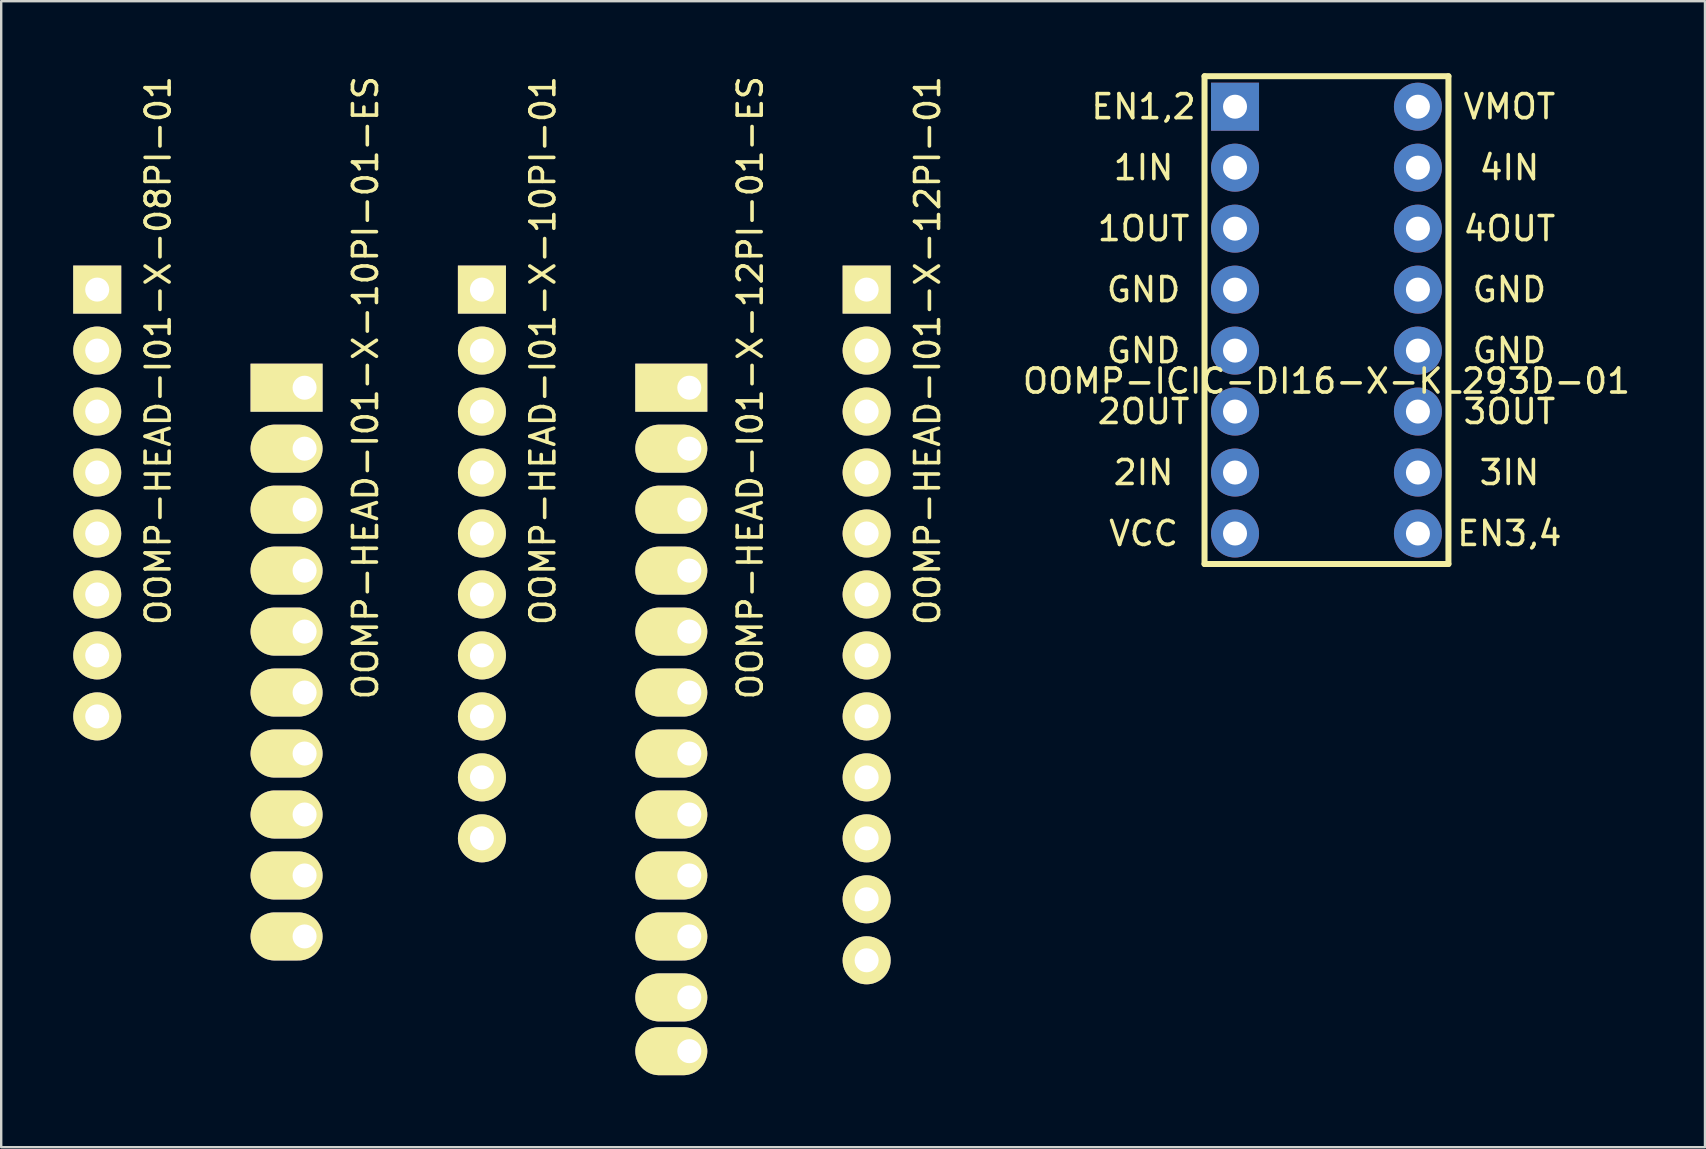
<source format=kicad_pcb>
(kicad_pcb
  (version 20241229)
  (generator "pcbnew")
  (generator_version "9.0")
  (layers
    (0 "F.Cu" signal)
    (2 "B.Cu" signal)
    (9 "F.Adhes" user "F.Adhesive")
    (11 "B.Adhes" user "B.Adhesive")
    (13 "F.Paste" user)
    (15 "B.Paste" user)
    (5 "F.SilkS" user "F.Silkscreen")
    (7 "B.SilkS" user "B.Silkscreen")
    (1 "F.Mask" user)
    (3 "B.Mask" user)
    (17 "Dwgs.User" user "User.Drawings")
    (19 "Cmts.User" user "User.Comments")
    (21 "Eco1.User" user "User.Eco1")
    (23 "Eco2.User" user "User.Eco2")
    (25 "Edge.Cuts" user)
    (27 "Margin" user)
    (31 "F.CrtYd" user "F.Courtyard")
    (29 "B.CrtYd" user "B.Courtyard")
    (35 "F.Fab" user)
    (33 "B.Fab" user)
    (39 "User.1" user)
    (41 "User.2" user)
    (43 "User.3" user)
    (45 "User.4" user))
  (footprint "OOMP-HEAD-I01-X-12PI-01"
    (layer "F.Cu")
    (at 33.053 9.014)
    (property "Reference" "OOMP-HEAD-I01-X-12PI-01" (at 2.54 2.54 90) (layer "F.SilkS") (effects (font (size 1 1) (thickness 0.15))))
    (attr through_hole)
    (pad "1" thru_hole rect (at 0 0) (size 2 2) (drill 1) (layers "*.Cu" "*.Mask" "F.SilkS"))
    (pad "2" thru_hole oval (at 0 2.54) (size 2 2) (drill 1) (layers "*.Cu" "*.Mask" "F.SilkS"))
    (pad "3" thru_hole oval (at 0 5.08) (size 2 2) (drill 1) (layers "*.Cu" "*.Mask" "F.SilkS"))
    (pad "4" thru_hole oval (at 0 7.62) (size 2 2) (drill 1) (layers "*.Cu" "*.Mask" "F.SilkS"))
    (pad "5" thru_hole oval (at 0 10.16) (size 2 2) (drill 1) (layers "*.Cu" "*.Mask" "F.SilkS"))
    (pad "6" thru_hole oval (at 0 12.7) (size 2 2) (drill 1) (layers "*.Cu" "*.Mask" "F.SilkS"))
    (pad "7" thru_hole oval (at 0 15.24) (size 2 2) (drill 1) (layers "*.Cu" "*.Mask" "F.SilkS"))
    (pad "8" thru_hole oval (at 0 17.78) (size 2 2) (drill 1) (layers "*.Cu" "*.Mask" "F.SilkS"))
    (pad "9" thru_hole oval (at 0 20.32) (size 2 2) (drill 1) (layers "*.Cu" "*.Mask" "F.SilkS"))
    (pad "10" thru_hole oval (at 0 22.86) (size 2 2) (drill 1) (layers "*.Cu" "*.Mask" "F.SilkS"))
    (pad "11" thru_hole oval (at 0 25.4) (size 2 2) (drill 1) (layers "*.Cu" "*.Mask" "F.SilkS"))
    (pad "12" thru_hole oval (at 0 27.94) (size 2 2) (drill 1) (layers "*.Cu" "*.Mask" "F.SilkS")))
  (footprint "OOMP-HEAD-I01-X-10PI-01-ES"
    (layer "F.Cu")
    (at 9.638 13.101)
    (property "Reference" "OOMP-HEAD-I01-X-10PI-01-ES" (at 2.54 0 90) (layer "F.SilkS") (effects (font (size 1 1) (thickness 0.15))))
    (attr through_hole)
    (pad "1" thru_hole rect (at 0 0) (size 3 2) (drill 1 (offset -0.75 0)) (layers "*.Cu" "*.Mask" "F.SilkS"))
    (pad "2" thru_hole oval (at 0 2.54) (size 3 2) (drill 1 (offset -0.75 0)) (layers "*.Cu" "*.Mask" "F.SilkS"))
    (pad "3" thru_hole oval (at 0 5.08) (size 3 2) (drill 1 (offset -0.75 0)) (layers "*.Cu" "*.Mask" "F.SilkS"))
    (pad "4" thru_hole oval (at 0 7.62) (size 3 2) (drill 1 (offset -0.75 0)) (layers "*.Cu" "*.Mask" "F.SilkS"))
    (pad "5" thru_hole oval (at 0 10.16) (size 3 2) (drill 1 (offset -0.75 0)) (layers "*.Cu" "*.Mask" "F.SilkS"))
    (pad "6" thru_hole oval (at 0 12.7) (size 3 2) (drill 1 (offset -0.75 0)) (layers "*.Cu" "*.Mask" "F.SilkS"))
    (pad "7" thru_hole oval (at 0 15.24) (size 3 2) (drill 1 (offset -0.75 0)) (layers "*.Cu" "*.Mask" "F.SilkS"))
    (pad "8" thru_hole oval (at 0 17.78) (size 3 2) (drill 1 (offset -0.75 0)) (layers "*.Cu" "*.Mask" "F.SilkS"))
    (pad "9" thru_hole oval (at 0 20.32) (size 3 2) (drill 1 (offset -0.75 0)) (layers "*.Cu" "*.Mask" "F.SilkS"))
    (pad "10" thru_hole oval (at 0 22.86) (size 3 2) (drill 1 (offset -0.75 0)) (layers "*.Cu" "*.Mask" "F.SilkS")))
  (footprint "OOMP-HEAD-I01-X-08PI-01"
    (layer "F.Cu")
    (at 1 9.014)
    (property "Reference" "OOMP-HEAD-I01-X-08PI-01" (at 2.54 2.54 90) (layer "F.SilkS") (effects (font (size 1 1) (thickness 0.15))))
    (attr through_hole)
    (pad "1" thru_hole rect (at 0 0) (size 2 2) (drill 1) (layers "*.Cu" "*.Mask" "F.SilkS"))
    (pad "2" thru_hole oval (at 0 2.54) (size 2 2) (drill 1) (layers "*.Cu" "*.Mask" "F.SilkS"))
    (pad "3" thru_hole oval (at 0 5.08) (size 2 2) (drill 1) (layers "*.Cu" "*.Mask" "F.SilkS"))
    (pad "4" thru_hole oval (at 0 7.62) (size 2 2) (drill 1) (layers "*.Cu" "*.Mask" "F.SilkS"))
    (pad "5" thru_hole oval (at 0 10.16) (size 2 2) (drill 1) (layers "*.Cu" "*.Mask" "F.SilkS"))
    (pad "6" thru_hole oval (at 0 12.7) (size 2 2) (drill 1) (layers "*.Cu" "*.Mask" "F.SilkS"))
    (pad "7" thru_hole oval (at 0 15.24) (size 2 2) (drill 1) (layers "*.Cu" "*.Mask" "F.SilkS"))
    (pad "8" thru_hole oval (at 0 17.78) (size 2 2) (drill 1) (layers "*.Cu" "*.Mask" "F.SilkS")))
  (footprint "OOMP-HEAD-I01-X-12PI-01-ES"
    (layer "F.Cu")
    (at 25.665 13.101)
    (property "Reference" "OOMP-HEAD-I01-X-12PI-01-ES" (at 2.54 0 90) (layer "F.SilkS") (effects (font (size 1 1) (thickness 0.15))))
    (attr through_hole)
    (pad "1" thru_hole rect (at 0 0) (size 3 2) (drill 1 (offset -0.75 0)) (layers "*.Cu" "*.Mask" "F.SilkS"))
    (pad "2" thru_hole oval (at 0 2.54) (size 3 2) (drill 1 (offset -0.75 0)) (layers "*.Cu" "*.Mask" "F.SilkS"))
    (pad "3" thru_hole oval (at 0 5.08) (size 3 2) (drill 1 (offset -0.75 0)) (layers "*.Cu" "*.Mask" "F.SilkS"))
    (pad "4" thru_hole oval (at 0 7.62) (size 3 2) (drill 1 (offset -0.75 0)) (layers "*.Cu" "*.Mask" "F.SilkS"))
    (pad "5" thru_hole oval (at 0 10.16) (size 3 2) (drill 1 (offset -0.75 0)) (layers "*.Cu" "*.Mask" "F.SilkS"))
    (pad "6" thru_hole oval (at 0 12.7) (size 3 2) (drill 1 (offset -0.75 0)) (layers "*.Cu" "*.Mask" "F.SilkS"))
    (pad "7" thru_hole oval (at 0 15.24) (size 3 2) (drill 1 (offset -0.75 0)) (layers "*.Cu" "*.Mask" "F.SilkS"))
    (pad "8" thru_hole oval (at 0 17.78) (size 3 2) (drill 1 (offset -0.75 0)) (layers "*.Cu" "*.Mask" "F.SilkS"))
    (pad "9" thru_hole oval (at 0 20.32) (size 3 2) (drill 1 (offset -0.75 0)) (layers "*.Cu" "*.Mask" "F.SilkS"))
    (pad "10" thru_hole oval (at 0 22.86) (size 3 2) (drill 1 (offset -0.75 0)) (layers "*.Cu" "*.Mask" "F.SilkS"))
    (pad "11" thru_hole oval (at 0 25.4) (size 3 2) (drill 1 (offset -0.75 0)) (layers "*.Cu" "*.Mask" "F.SilkS"))
    (pad "12" thru_hole oval (at 0 27.64) (size 3 2) (drill 1 (offset -0.75 0)) (layers "*.Cu" "*.Mask" "F.SilkS")))
  (footprint "OOMP-ICIC-DI16-X-KL293D-01"
    (layer "F.Cu")
    (at 48.399 1.395)
    (property "Reference" "OOMP-ICIC-DI16-X-KL293D-01" (at 3.81 11.43 0) (layer "F.SilkS") (effects (font (size 1 1) (thickness 0.15))))
    (attr through_hole)
    (fp_line (start -1.27 -1.27) (end -1.27 19.05) (stroke (width 0.25) (type solid)) (layer "F.SilkS"))
    (fp_line (start -1.27 -1.27) (end 8.89 -1.27) (stroke (width 0.25) (type solid)) (layer "F.SilkS"))
    (fp_line (start -1.27 19.05) (end 8.89 19.05) (stroke (width 0.25) (type solid)) (layer "F.SilkS"))
    (fp_line (start 8.89 -1.27) (end 8.89 19.05) (stroke (width 0.25) (type solid)) (layer "F.SilkS"))
    (fp_text user "3IN" (at 11.43 15.24 0) (layer "F.SilkS") (effects (font (size 1 1) (thickness 0.15))))
    (fp_text user "1IN" (at -3.81 2.54 0) (layer "F.SilkS") (effects (font (size 1 1) (thickness 0.15))))
    (fp_text user "GND" (at -3.81 10.16 0) (layer "F.SilkS") (effects (font (size 1 1) (thickness 0.15))))
    (fp_text user "VMOT" (at 11.43 0 0) (layer "F.SilkS") (effects (font (size 1 1) (thickness 0.15))))
    (fp_text user "4IN" (at 11.43 2.54 0) (layer "F.SilkS") (effects (font (size 1 1) (thickness 0.15))))
    (fp_text user "4OUT" (at 11.43 5.08 0) (layer "F.SilkS") (effects (font (size 1 1) (thickness 0.15))))
    (fp_text user "VCC" (at -3.81 17.78 0) (layer "F.SilkS") (effects (font (size 1 1) (thickness 0.15))))
    (fp_text user "GND" (at 11.43 7.62 0) (layer "F.SilkS") (effects (font (size 1 1) (thickness 0.15))))
    (fp_text user "GND" (at -3.81 7.62 0) (layer "F.SilkS") (effects (font (size 1 1) (thickness 0.15))))
    (fp_text user "1OUT" (at -3.81 5.08 0) (layer "F.SilkS") (effects (font (size 1 1) (thickness 0.15))))
    (fp_text user "EN1,2" (at -3.81 0 0) (layer "F.SilkS") (effects (font (size 1 1) (thickness 0.15))))
    (fp_text user "2IN" (at -3.81 15.24 0) (layer "F.SilkS") (effects (font (size 1 1) (thickness 0.15))))
    (fp_text user "GND" (at 11.43 10.16 0) (layer "F.SilkS") (effects (font (size 1 1) (thickness 0.15))))
    (fp_text user "3OUT" (at 11.43 12.7 0) (layer "F.SilkS") (effects (font (size 1 1) (thickness 0.15))))
    (fp_text user "2OUT" (at -3.81 12.7 0) (layer "F.SilkS") (effects (font (size 1 1) (thickness 0.15))))
    (fp_text user "EN3,4" (at 11.43 17.78 0) (layer "F.SilkS") (effects (font (size 1 1) (thickness 0.15))))
    (pad "1" thru_hole rect (at 0 0) (size 2 2) (drill 1) (layers "*.Cu" "*.Mask"))
    (pad "2" thru_hole oval (at 0 2.54) (size 2 2) (drill 1) (layers "*.Cu" "*.Mask"))
    (pad "3" thru_hole oval (at 0 5.08) (size 2 2) (drill 1) (layers "*.Cu" "*.Mask"))
    (pad "4" thru_hole oval (at 0 7.62) (size 2 2) (drill 1) (layers "*.Cu" "*.Mask"))
    (pad "5" thru_hole oval (at 0 10.16) (size 2 2) (drill 1) (layers "*.Cu" "*.Mask"))
    (pad "6" thru_hole oval (at 0 12.7) (size 2 2) (drill 1) (layers "*.Cu" "*.Mask"))
    (pad "7" thru_hole oval (at 0 15.24) (size 2 2) (drill 1) (layers "*.Cu" "*.Mask"))
    (pad "8" thru_hole oval (at 0 17.78) (size 2 2) (drill 1) (layers "*.Cu" "*.Mask"))
    (pad "9" thru_hole oval (at 7.62 17.78) (size 2 2) (drill 1) (layers "*.Cu" "*.Mask"))
    (pad "10" thru_hole oval (at 7.62 15.24) (size 2 2) (drill 1) (layers "*.Cu" "*.Mask"))
    (pad "11" thru_hole oval (at 7.62 12.7) (size 2 2) (drill 1) (layers "*.Cu" "*.Mask"))
    (pad "12" thru_hole oval (at 7.62 10.16) (size 2 2) (drill 1) (layers "*.Cu" "*.Mask"))
    (pad "13" thru_hole oval (at 7.62 7.62) (size 2 2) (drill 1) (layers "*.Cu" "*.Mask"))
    (pad "14" thru_hole oval (at 7.62 5.08) (size 2 2) (drill 1) (layers "*.Cu" "*.Mask"))
    (pad "15" thru_hole oval (at 7.62 2.54) (size 2 2) (drill 1) (layers "*.Cu" "*.Mask"))
    (pad "16" thru_hole oval (at 7.62 0) (size 2 2) (drill 1) (layers "*.Cu" "*.Mask")))
  (footprint "OOMP-HEAD-I01-X-10PI-01"
    (layer "F.Cu")
    (at 17.026 9.014)
    (property "Reference" "OOMP-HEAD-I01-X-10PI-01" (at 2.54 2.54 90) (layer "F.SilkS") (effects (font (size 1 1) (thickness 0.15))))
    (attr through_hole)
    (pad "1" thru_hole rect (at 0 0) (size 2 2) (drill 1) (layers "*.Cu" "*.Mask" "F.SilkS"))
    (pad "2" thru_hole oval (at 0 2.54) (size 2 2) (drill 1) (layers "*.Cu" "*.Mask" "F.SilkS"))
    (pad "3" thru_hole oval (at 0 5.08) (size 2 2) (drill 1) (layers "*.Cu" "*.Mask" "F.SilkS"))
    (pad "4" thru_hole oval (at 0 7.62) (size 2 2) (drill 1) (layers "*.Cu" "*.Mask" "F.SilkS"))
    (pad "5" thru_hole oval (at 0 10.16) (size 2 2) (drill 1) (layers "*.Cu" "*.Mask" "F.SilkS"))
    (pad "6" thru_hole oval (at 0 12.7) (size 2 2) (drill 1) (layers "*.Cu" "*.Mask" "F.SilkS"))
    (pad "7" thru_hole oval (at 0 15.24) (size 2 2) (drill 1) (layers "*.Cu" "*.Mask" "F.SilkS"))
    (pad "8" thru_hole oval (at 0 17.78) (size 2 2) (drill 1) (layers "*.Cu" "*.Mask" "F.SilkS"))
    (pad "9" thru_hole oval (at 0 20.32) (size 2 2) (drill 1) (layers "*.Cu" "*.Mask" "F.SilkS"))
    (pad "10" thru_hole oval (at 0 22.86) (size 2 2) (drill 1) (layers "*.Cu" "*.Mask" "F.SilkS")))
  (gr_rect
    (start -3 -3)
    (end 67.977 44.741)
    (stroke (width 0.1) (type default))
    (fill no)
    (layer "Edge.Cuts")))
</source>
